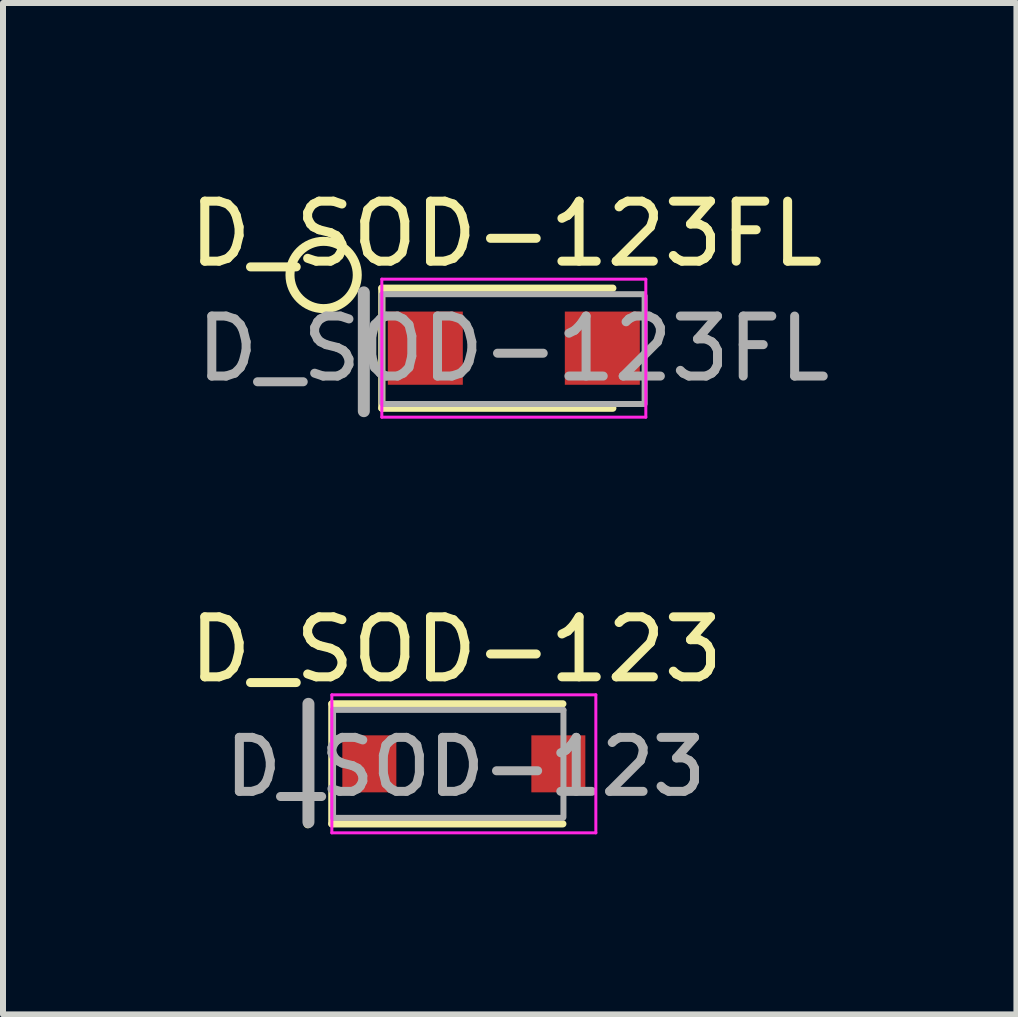
<source format=kicad_pcb>
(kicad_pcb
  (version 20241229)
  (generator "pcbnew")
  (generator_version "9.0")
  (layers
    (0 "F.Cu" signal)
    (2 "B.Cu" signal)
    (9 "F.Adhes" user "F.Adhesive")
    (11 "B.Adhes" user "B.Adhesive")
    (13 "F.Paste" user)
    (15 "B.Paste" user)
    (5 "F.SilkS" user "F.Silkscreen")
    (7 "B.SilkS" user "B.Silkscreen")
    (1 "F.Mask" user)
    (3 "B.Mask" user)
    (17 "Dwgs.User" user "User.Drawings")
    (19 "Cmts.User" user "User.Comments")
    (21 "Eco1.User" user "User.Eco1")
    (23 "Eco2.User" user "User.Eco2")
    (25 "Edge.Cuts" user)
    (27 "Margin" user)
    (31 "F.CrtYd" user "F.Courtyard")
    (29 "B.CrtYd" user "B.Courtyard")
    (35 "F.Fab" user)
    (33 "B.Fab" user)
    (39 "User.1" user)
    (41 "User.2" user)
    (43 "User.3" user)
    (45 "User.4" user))
  (footprint "D_SOD-123"
    (layer "F.Cu")
    (at 4.681 9.681)
    (property "Reference" "D_SOD-123" (at -0.127 -1.905 0) (layer "F.SilkS") (effects (font (size 1 1) (thickness 0.15))))
    (attr smd)
    (fp_line (start -2.6 -1) (end -2.6 1) (stroke (width 0.15) (type solid)) (layer "F.SilkS"))
    (fp_line (start -2.2 -1) (end -2.2 1) (stroke (width 0.12) (type solid)) (layer "F.SilkS"))
    (fp_line (start -2.2 -1) (end 1.65 -1) (stroke (width 0.12) (type solid)) (layer "F.SilkS"))
    (fp_line (start -2.2 1) (end 1.65 1) (stroke (width 0.12) (type solid)) (layer "F.SilkS"))
    (fp_line (start -2.2 -1.15) (end -2.2 1.15) (stroke (width 0.05) (type solid)) (layer "F.CrtYd"))
    (fp_line (start -2.2 -1.15) (end 2.2 -1.15) (stroke (width 0.05) (type solid)) (layer "F.CrtYd"))
    (fp_line (start 2.2 -1.15) (end 2.2 1.15) (stroke (width 0.05) (type solid)) (layer "F.CrtYd"))
    (fp_line (start 2.2 1.15) (end -2.2 1.15) (stroke (width 0.05) (type solid)) (layer "F.CrtYd"))
    (fp_line (start -2.59 -1) (end -2.59 0.97) (stroke (width 0.2) (type solid)) (layer "F.Fab"))
    (fp_line (start -2.18 -0.9) (end 1.66 -0.9) (stroke (width 0.1) (type solid)) (layer "F.Fab"))
    (fp_line (start -2.18 0.9) (end -2.18 -0.9) (stroke (width 0.1) (type solid)) (layer "F.Fab"))
    (fp_line (start 1.65 0.9) (end -2.17 0.9) (stroke (width 0.1) (type solid)) (layer "F.Fab"))
    (fp_line (start 1.66 -0.89) (end 1.66 0.89) (stroke (width 0.1) (type solid)) (layer "F.Fab"))
    (fp_text user "${REFERENCE}" (at 0.03 0.05 0) (layer "F.Fab") (effects (font (size 0.9 0.9) (thickness 0.15))))
    (pad "1" smd rect (at -1.575 0) (size 0.9 0.95) (layers "F.Cu" "F.Mask" "F.Paste"))
    (pad "2" smd rect (at 1.575 0) (size 0.9 0.95) (layers "F.Cu" "F.Mask" "F.Paste")))
  (footprint "D_SOD-123FL"
    (layer "F.Cu")
    (at 5.514 2.753)
    (property "Reference" "D_SOD-123FL" (at -0.127 -1.905 0) (layer "F.SilkS") (effects (font (size 1 1) (thickness 0.15))))
    (attr smd)
    (fp_line (start -2.2 -1) (end -2.2 1) (stroke (width 0.12) (type solid)) (layer "F.SilkS"))
    (fp_line (start -2.2 -1) (end 1.65 -1) (stroke (width 0.12) (type solid)) (layer "F.SilkS"))
    (fp_line (start -2.2 1) (end 1.65 1) (stroke (width 0.12) (type solid)) (layer "F.SilkS"))
    (fp_circle (center -3.17 -1.22) (end -2.88 -0.74) (stroke (width 0.15) (type solid)) (fill no) (layer "F.SilkS"))
    (fp_line (start -2.2 -1.15) (end -2.2 1.15) (stroke (width 0.05) (type solid)) (layer "F.CrtYd"))
    (fp_line (start -2.2 -1.15) (end 2.2 -1.15) (stroke (width 0.05) (type solid)) (layer "F.CrtYd"))
    (fp_line (start 2.2 -1.15) (end 2.2 1.15) (stroke (width 0.05) (type solid)) (layer "F.CrtYd"))
    (fp_line (start 2.2 1.15) (end -2.2 1.15) (stroke (width 0.05) (type solid)) (layer "F.CrtYd"))
    (fp_line (start -2.5 1.05) (end -2.5 -0.93) (stroke (width 0.2) (type solid)) (layer "F.Fab"))
    (fp_line (start -2.2 0.91) (end -2.2 -0.89) (stroke (width 0.1) (type solid)) (layer "F.Fab"))
    (fp_line (start -2.19 -0.9) (end 2.17 -0.9) (stroke (width 0.1) (type solid)) (layer "F.Fab"))
    (fp_line (start 2.15 0.93) (end -2.18 0.93) (stroke (width 0.1) (type solid)) (layer "F.Fab"))
    (fp_line (start 2.18 -0.87) (end 2.18 0.93) (stroke (width 0.1) (type solid)) (layer "F.Fab"))
    (fp_text user "${REFERENCE}" (at -0.01 0.01 0) (layer "F.Fab") (effects (font (size 1 1) (thickness 0.15))))
    (pad "1" smd rect (at -1.475 0) (size 1.25 1.22) (layers "F.Cu" "F.Mask" "F.Paste"))
    (pad "2" smd rect (at 1.475 0) (size 1.25 1.22) (layers "F.Cu" "F.Mask" "F.Paste")))
  (gr_rect
    (start -3 -3)
    (end 13.891 13.857)
    (stroke (width 0.1) (type default))
    (fill no)
    (layer "Edge.Cuts")))
</source>
